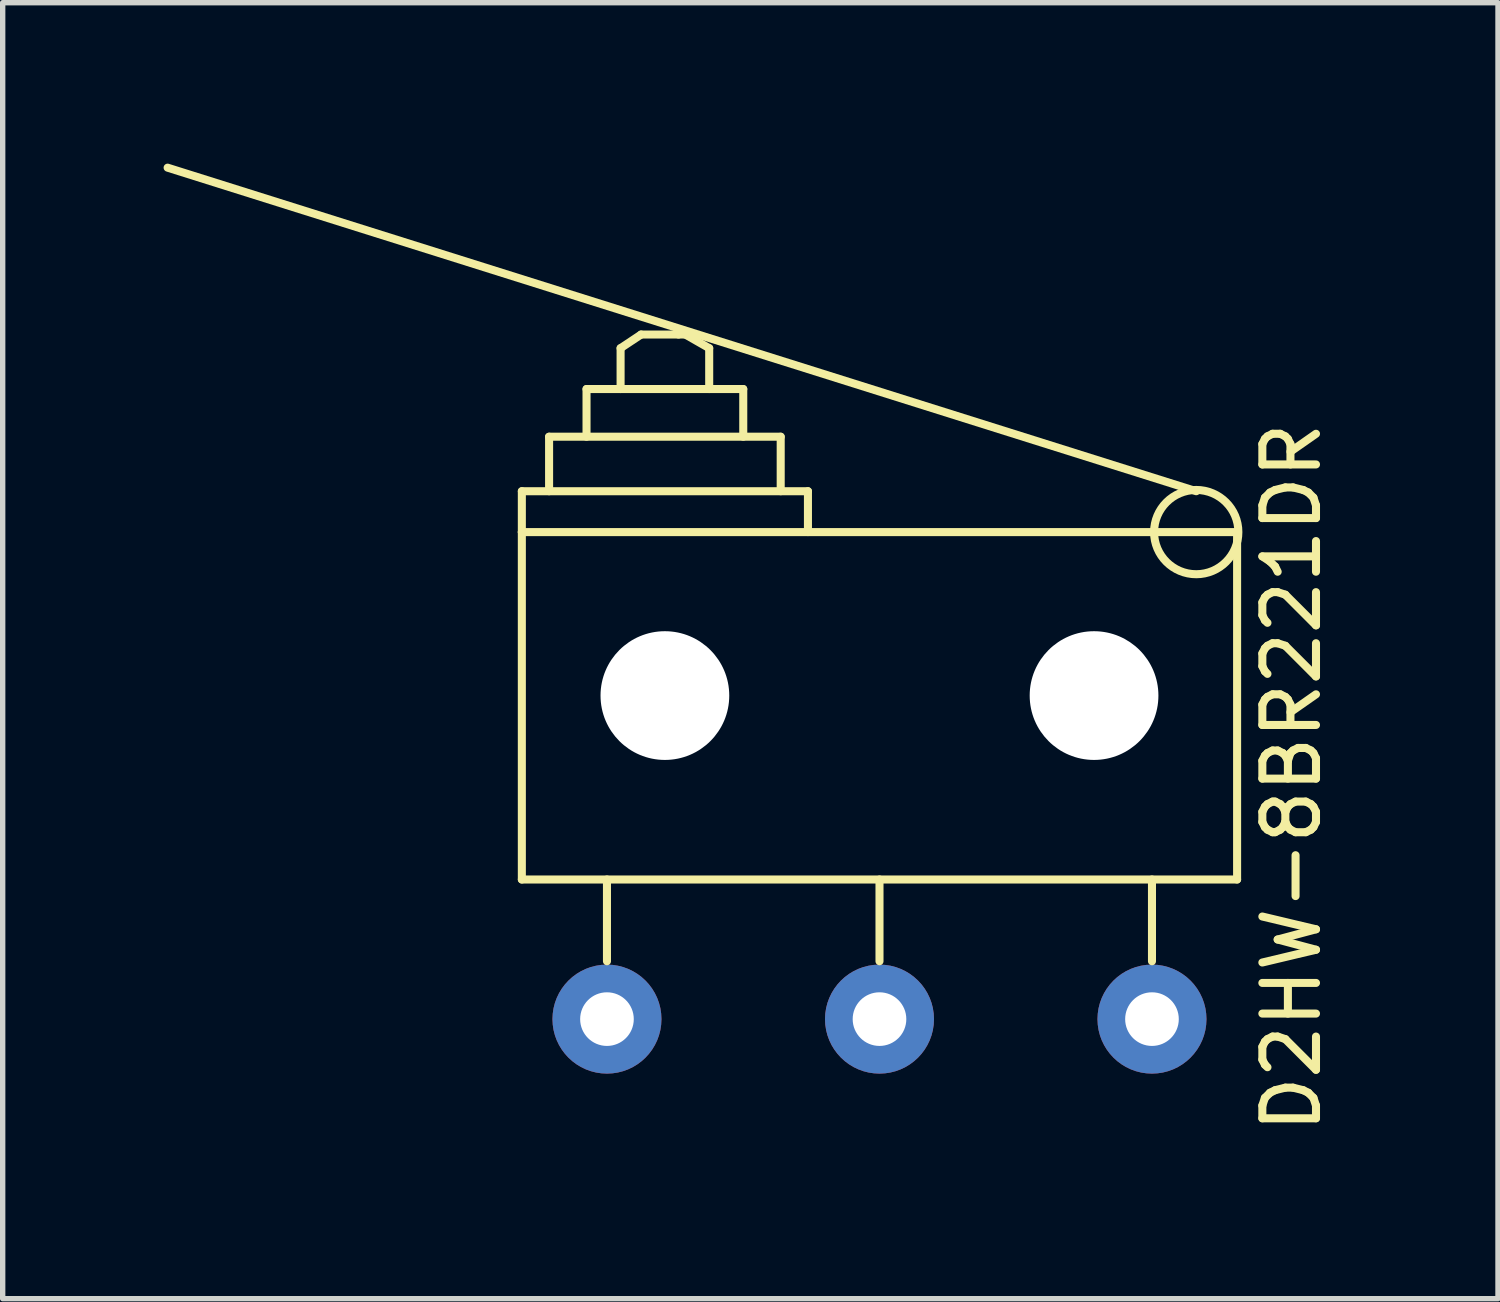
<source format=kicad_pcb>
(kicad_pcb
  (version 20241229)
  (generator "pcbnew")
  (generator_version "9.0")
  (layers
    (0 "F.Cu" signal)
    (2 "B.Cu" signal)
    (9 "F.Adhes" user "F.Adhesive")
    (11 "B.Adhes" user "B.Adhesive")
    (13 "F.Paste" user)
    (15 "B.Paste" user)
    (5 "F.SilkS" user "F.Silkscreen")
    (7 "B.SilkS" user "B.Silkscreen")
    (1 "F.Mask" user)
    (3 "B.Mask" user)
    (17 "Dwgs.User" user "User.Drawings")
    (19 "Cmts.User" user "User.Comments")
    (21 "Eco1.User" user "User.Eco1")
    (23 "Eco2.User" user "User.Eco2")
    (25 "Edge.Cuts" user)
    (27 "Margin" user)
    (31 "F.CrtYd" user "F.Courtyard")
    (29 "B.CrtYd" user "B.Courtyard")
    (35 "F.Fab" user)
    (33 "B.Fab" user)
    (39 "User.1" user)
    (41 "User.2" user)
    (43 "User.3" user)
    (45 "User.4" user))
  (footprint "D2HW-8BR221DR"
    (layer "F.Cu")
    (at 6.679 13.347)
    (property "Reference" "D2HW-8BR221DR" (at 14.351 -1.905 90) (layer "F.SilkS") (effects (font (size 1 1) (thickness 0.15))))
    (attr through_hole)
    (fp_line (start 0 -7.239) (end 5.334 -7.239) (stroke (width 0.15) (type solid)) (layer "F.SilkS"))
    (fp_line (start 0 -6.477) (end 0 -7.239) (stroke (width 0.15) (type solid)) (layer "F.SilkS"))
    (fp_line (start 0 -6.477) (end 13.335 -6.477) (stroke (width 0.15) (type solid)) (layer "F.SilkS"))
    (fp_line (start 0 0) (end 0 -6.477) (stroke (width 0.15) (type solid)) (layer "F.SilkS"))
    (fp_line (start 0 0) (end 13.335 0) (stroke (width 0.15) (type solid)) (layer "F.SilkS"))
    (fp_line (start 0.508 -8.255) (end 4.826 -8.255) (stroke (width 0.15) (type solid)) (layer "F.SilkS"))
    (fp_line (start 0.508 -7.239) (end 0.508 -8.255) (stroke (width 0.15) (type solid)) (layer "F.SilkS"))
    (fp_line (start 1.206 -9.144) (end 4.128 -9.144) (stroke (width 0.15) (type solid)) (layer "F.SilkS"))
    (fp_line (start 1.206 -8.255) (end 1.206 -9.144) (stroke (width 0.15) (type solid)) (layer "F.SilkS"))
    (fp_line (start 1.587 0) (end 1.587 1.524) (stroke (width 0.15) (type solid)) (layer "F.SilkS"))
    (fp_line (start 1.841 -9.906) (end 2.223 -10.16) (stroke (width 0.15) (type solid)) (layer "F.SilkS"))
    (fp_line (start 1.841 -9.144) (end 1.841 -9.906) (stroke (width 0.15) (type solid)) (layer "F.SilkS"))
    (fp_line (start 2.223 -10.16) (end 2.921 -10.16) (stroke (width 0.15) (type solid)) (layer "F.SilkS"))
    (fp_line (start 2.921 -10.16) (end 3.048 -10.16) (stroke (width 0.15) (type solid)) (layer "F.SilkS"))
    (fp_line (start 3.048 -10.16) (end 3.493 -9.906) (stroke (width 0.15) (type solid)) (layer "F.SilkS"))
    (fp_line (start 3.493 -9.906) (end 3.493 -9.144) (stroke (width 0.15) (type solid)) (layer "F.SilkS"))
    (fp_line (start 4.128 -9.144) (end 4.128 -8.255) (stroke (width 0.15) (type solid)) (layer "F.SilkS"))
    (fp_line (start 4.826 -8.255) (end 4.826 -7.239) (stroke (width 0.15) (type solid)) (layer "F.SilkS"))
    (fp_line (start 5.334 -7.239) (end 5.334 -6.477) (stroke (width 0.15) (type solid)) (layer "F.SilkS"))
    (fp_line (start 6.668 0) (end 6.668 1.524) (stroke (width 0.15) (type solid)) (layer "F.SilkS"))
    (fp_line (start 11.748 0) (end 11.748 1.524) (stroke (width 0.15) (type solid)) (layer "F.SilkS"))
    (fp_line (start 12.573 -7.239) (end -6.604 -13.271) (stroke (width 0.15) (type solid)) (layer "F.SilkS"))
    (fp_line (start 13.335 -6.477) (end 13.335 0) (stroke (width 0.15) (type solid)) (layer "F.SilkS"))
    (fp_circle (center 12.573 -6.477) (end 12.764 -5.715) (stroke (width 0.15) (type solid)) (fill no) (layer "F.SilkS"))
    (pad "" np_thru_hole circle (at 2.667 -3.429) (size 2.4 2.4) (drill 2.4) (layers "*.Cu" "*.Mask"))
    (pad "" np_thru_hole circle (at 10.668 -3.429) (size 2.4 2.4) (drill 2.4) (layers "*.Cu" "*.Mask"))
    (pad "1" thru_hole circle (at 11.748 2.603) (size 2.032 2.032) (drill 1) (layers "*.Cu" "*.Mask"))
    (pad "2" thru_hole circle (at 1.587 2.603) (size 2.032 2.032) (drill 1) (layers "*.Cu" "*.Mask"))
    (pad "3" thru_hole circle (at 6.668 2.603) (size 2.032 2.032) (drill 1) (layers "*.Cu" "*.Mask")))
  (gr_rect
    (start -3 -3)
    (end 24.878 21.162)
    (stroke (width 0.1) (type default))
    (fill no)
    (layer "Edge.Cuts")))
</source>
